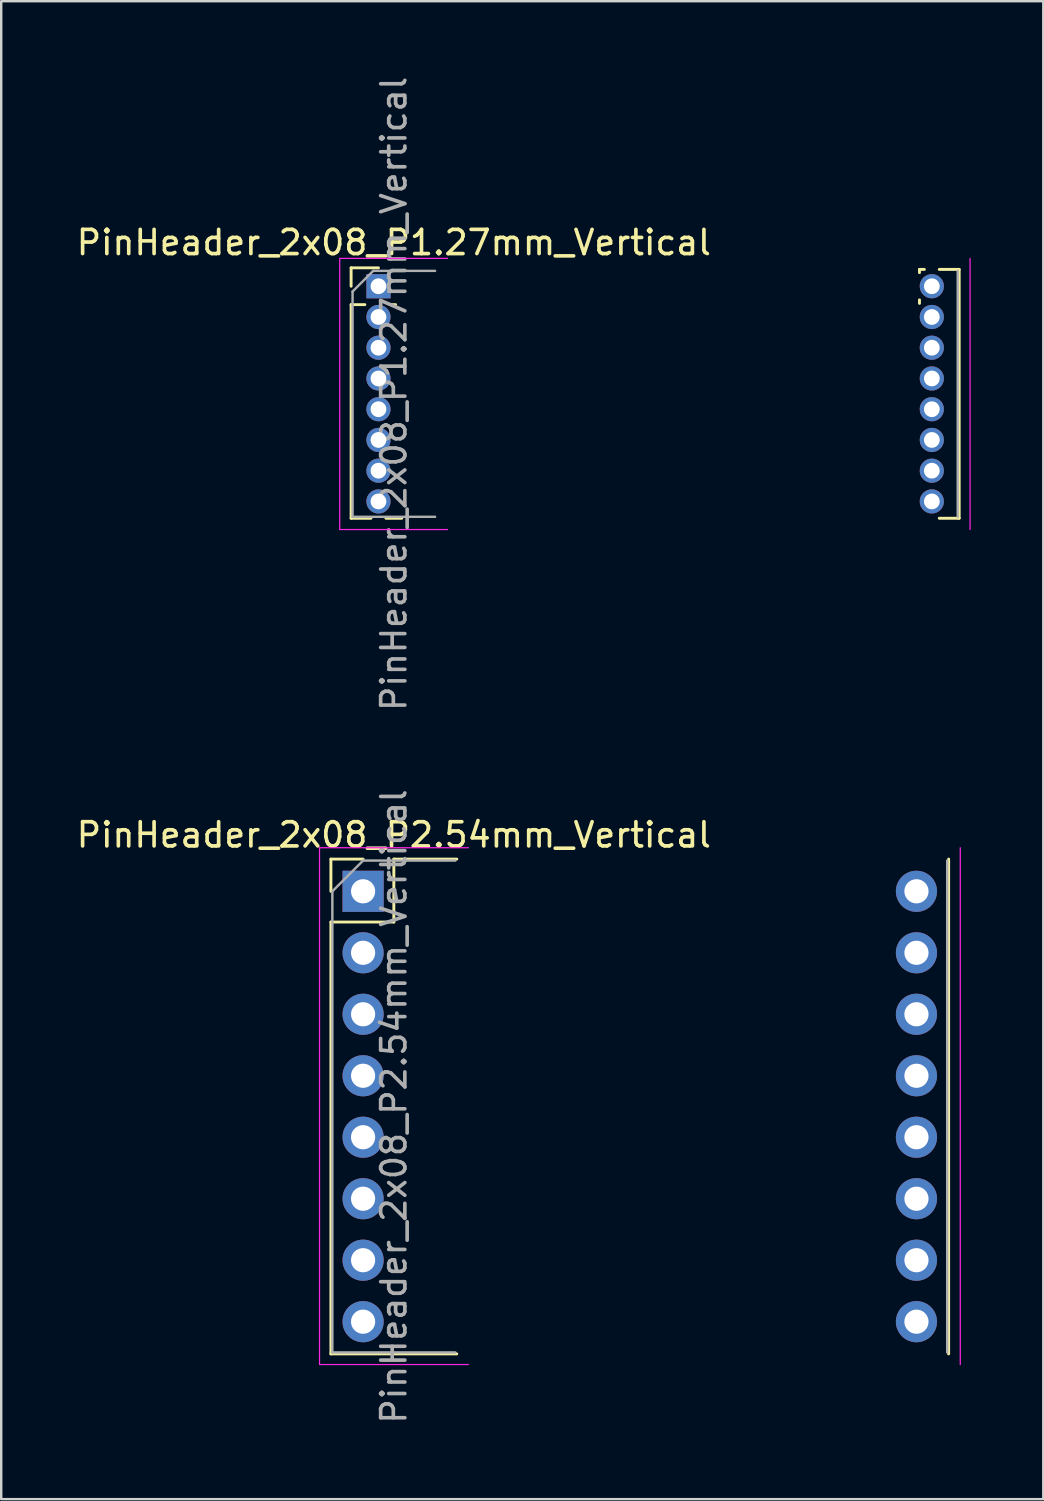
<source format=kicad_pcb>
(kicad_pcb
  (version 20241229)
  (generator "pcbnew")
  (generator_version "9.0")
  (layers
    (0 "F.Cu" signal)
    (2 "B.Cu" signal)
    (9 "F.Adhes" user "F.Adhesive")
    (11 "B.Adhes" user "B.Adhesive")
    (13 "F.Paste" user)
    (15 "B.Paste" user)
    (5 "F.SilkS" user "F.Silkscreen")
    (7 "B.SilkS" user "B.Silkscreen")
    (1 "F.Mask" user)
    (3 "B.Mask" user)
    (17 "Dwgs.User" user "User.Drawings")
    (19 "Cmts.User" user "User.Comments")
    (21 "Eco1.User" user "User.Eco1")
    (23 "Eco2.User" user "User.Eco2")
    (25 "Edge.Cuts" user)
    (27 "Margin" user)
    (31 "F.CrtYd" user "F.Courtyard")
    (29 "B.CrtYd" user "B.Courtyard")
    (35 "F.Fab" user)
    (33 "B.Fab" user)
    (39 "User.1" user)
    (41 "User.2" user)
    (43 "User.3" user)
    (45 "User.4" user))
  (footprint "PinHeader_2x08_P2.54mm_Vertical"
    (layer "F.Cu")
    (at 11.95 33.771)
    (property "Reference" "PinHeader_2x08_P2.54mm_Vertical" (at 1.27 -2.33 0) (layer "F.SilkS") (effects (font (size 1 1) (thickness 0.15))))
    (attr through_hole)
    (fp_line (start -1.33 -1.33) (end 0 -1.33) (stroke (width 0.12) (type solid)) (layer "F.SilkS"))
    (fp_line (start -1.33 0) (end -1.33 -1.33) (stroke (width 0.12) (type solid)) (layer "F.SilkS"))
    (fp_line (start -1.33 1.27) (end -1.33 19.11) (stroke (width 0.12) (type solid)) (layer "F.SilkS"))
    (fp_line (start -1.33 1.27) (end 1.27 1.27) (stroke (width 0.12) (type solid)) (layer "F.SilkS"))
    (fp_line (start -1.33 19.11) (end 3.87 19.11) (stroke (width 0.12) (type solid)) (layer "F.SilkS"))
    (fp_line (start 1.27 -1.33) (end 3.87 -1.33) (stroke (width 0.12) (type solid)) (layer "F.SilkS"))
    (fp_line (start 1.27 1.27) (end 1.27 -1.33) (stroke (width 0.12) (type solid)) (layer "F.SilkS"))
    (fp_line (start 24.19 -1.33) (end 24.19 19.11) (stroke (width 0.12) (type solid)) (layer "F.SilkS"))
    (fp_line (start -1.8 -1.8) (end -1.8 19.55) (stroke (width 0.05) (type solid)) (layer "F.CrtYd"))
    (fp_line (start -1.8 19.55) (end 4.35 19.55) (stroke (width 0.05) (type solid)) (layer "F.CrtYd"))
    (fp_line (start 4.35 -1.8) (end -1.8 -1.8) (stroke (width 0.05) (type solid)) (layer "F.CrtYd"))
    (fp_line (start 24.67 19.55) (end 24.67 -1.8) (stroke (width 0.05) (type solid)) (layer "F.CrtYd"))
    (fp_line (start -1.27 0) (end 0 -1.27) (stroke (width 0.1) (type solid)) (layer "F.Fab"))
    (fp_line (start -1.27 19.05) (end -1.27 0) (stroke (width 0.1) (type solid)) (layer "F.Fab"))
    (fp_line (start 0 -1.27) (end 3.81 -1.27) (stroke (width 0.1) (type solid)) (layer "F.Fab"))
    (fp_line (start 3.81 19.05) (end -1.27 19.05) (stroke (width 0.1) (type solid)) (layer "F.Fab"))
    (fp_line (start 24.13 -1.27) (end 24.13 19.05) (stroke (width 0.1) (type solid)) (layer "F.Fab"))
    (fp_text user "${REFERENCE}" (at 1.27 8.89 90) (layer "F.Fab") (effects (font (size 1 1) (thickness 0.15))))
    (pad "1" thru_hole rect (at 0 0) (size 1.7 1.7) (drill 1) (layers "*.Cu" "*.Mask"))
    (pad "2" thru_hole oval (at 22.86 0) (size 1.7 1.7) (drill 1) (layers "*.Cu" "*.Mask"))
    (pad "3" thru_hole oval (at 0 2.54) (size 1.7 1.7) (drill 1) (layers "*.Cu" "*.Mask"))
    (pad "4" thru_hole oval (at 22.86 2.54) (size 1.7 1.7) (drill 1) (layers "*.Cu" "*.Mask"))
    (pad "5" thru_hole oval (at 0 5.08) (size 1.7 1.7) (drill 1) (layers "*.Cu" "*.Mask"))
    (pad "6" thru_hole oval (at 22.86 5.08) (size 1.7 1.7) (drill 1) (layers "*.Cu" "*.Mask"))
    (pad "7" thru_hole oval (at 0 7.62) (size 1.7 1.7) (drill 1) (layers "*.Cu" "*.Mask"))
    (pad "8" thru_hole oval (at 22.86 7.62) (size 1.7 1.7) (drill 1) (layers "*.Cu" "*.Mask"))
    (pad "9" thru_hole oval (at 0 10.16) (size 1.7 1.7) (drill 1) (layers "*.Cu" "*.Mask"))
    (pad "10" thru_hole oval (at 22.86 10.16) (size 1.7 1.7) (drill 1) (layers "*.Cu" "*.Mask"))
    (pad "11" thru_hole oval (at 0 12.7) (size 1.7 1.7) (drill 1) (layers "*.Cu" "*.Mask"))
    (pad "12" thru_hole oval (at 22.86 12.7) (size 1.7 1.7) (drill 1) (layers "*.Cu" "*.Mask"))
    (pad "13" thru_hole oval (at 0 15.24) (size 1.7 1.7) (drill 1) (layers "*.Cu" "*.Mask"))
    (pad "14" thru_hole oval (at 22.86 15.24) (size 1.7 1.7) (drill 1) (layers "*.Cu" "*.Mask"))
    (pad "15" thru_hole oval (at 0 17.78) (size 1.7 1.7) (drill 1) (layers "*.Cu" "*.Mask"))
    (pad "16" thru_hole oval (at 22.86 17.78) (size 1.7 1.7) (drill 1) (layers "*.Cu" "*.Mask")))
  (footprint "PinHeader_2x08_P1.27mm_Vertical"
    (layer "F.Cu")
    (at 12.585 8.665)
    (property "Reference" "PinHeader_2x08_P1.27mm_Vertical" (at 0.635 -1.695 0) (layer "F.SilkS") (effects (font (size 1 1) (thickness 0.15))))
    (attr through_hole)
    (fp_line (start -1.13 -0.65) (end 0 -0.65) (stroke (width 0.12) (type solid)) (layer "F.SilkS"))
    (fp_line (start -1.13 0.11) (end -1.13 -0.65) (stroke (width 0.12) (type solid)) (layer "F.SilkS"))
    (fp_line (start -1.13 0.87) (end -1.13 9.695) (stroke (width 0.12) (type solid)) (layer "F.SilkS"))
    (fp_line (start -1.13 0.87) (end -0.563 0.87) (stroke (width 0.12) (type solid)) (layer "F.SilkS"))
    (fp_line (start -1.13 9.695) (end -0.308 9.695) (stroke (width 0.12) (type solid)) (layer "F.SilkS"))
    (fp_line (start 0.308 9.695) (end 0.962 9.695) (stroke (width 0.12) (type solid)) (layer "F.SilkS"))
    (fp_line (start 0.563 0.87) (end 0.707 0.87) (stroke (width 0.12) (type solid)) (layer "F.SilkS"))
    (fp_line (start 22.35 -0.585) (end 22.552 -0.585) (stroke (width 0.12) (type solid)) (layer "F.SilkS"))
    (fp_line (start 22.35 -0.453) (end 22.35 -0.585) (stroke (width 0.12) (type solid)) (layer "F.SilkS"))
    (fp_line (start 22.35 0.817) (end 22.35 0.673) (stroke (width 0.12) (type solid)) (layer "F.SilkS"))
    (fp_line (start 23.168 -0.585) (end 23.99 -0.585) (stroke (width 0.12) (type solid)) (layer "F.SilkS"))
    (fp_line (start 23.168 9.695) (end 23.99 9.695) (stroke (width 0.12) (type solid)) (layer "F.SilkS"))
    (fp_line (start 23.99 -0.585) (end 23.99 9.695) (stroke (width 0.12) (type solid)) (layer "F.SilkS"))
    (fp_line (start -1.6 -1.04) (end -1.6 10.16) (stroke (width 0.05) (type solid)) (layer "F.CrtYd"))
    (fp_line (start -1.6 10.16) (end 2.85 10.16) (stroke (width 0.05) (type solid)) (layer "F.CrtYd"))
    (fp_line (start 2.85 -1.04) (end -1.6 -1.04) (stroke (width 0.05) (type solid)) (layer "F.CrtYd"))
    (fp_line (start 24.44 10.16) (end 24.44 -1.04) (stroke (width 0.05) (type solid)) (layer "F.CrtYd"))
    (fp_line (start -1.07 0.328) (end -0.217 -0.525) (stroke (width 0.1) (type solid)) (layer "F.Fab"))
    (fp_line (start -1.07 9.635) (end -1.07 0.328) (stroke (width 0.1) (type solid)) (layer "F.Fab"))
    (fp_line (start -0.217 -0.525) (end 2.34 -0.525) (stroke (width 0.1) (type solid)) (layer "F.Fab"))
    (fp_line (start 2.34 9.635) (end -1.07 9.635) (stroke (width 0.1) (type solid)) (layer "F.Fab"))
    (fp_line (start 23.93 -0.525) (end 23.93 9.635) (stroke (width 0.1) (type solid)) (layer "F.Fab"))
    (fp_text user "${REFERENCE}" (at 0.635 4.555 90) (layer "F.Fab") (effects (font (size 1 1) (thickness 0.15))))
    (pad "1" thru_hole rect (at 0 0.11) (size 1 1) (drill 0.65) (layers "*.Cu" "*.Mask"))
    (pad "2" thru_hole oval (at 22.86 0.11) (size 1 1) (drill 0.65) (layers "*.Cu" "*.Mask"))
    (pad "3" thru_hole oval (at 0 1.38) (size 1 1) (drill 0.65) (layers "*.Cu" "*.Mask"))
    (pad "4" thru_hole oval (at 22.86 1.38) (size 1 1) (drill 0.65) (layers "*.Cu" "*.Mask"))
    (pad "5" thru_hole oval (at 0 2.65) (size 1 1) (drill 0.65) (layers "*.Cu" "*.Mask"))
    (pad "6" thru_hole oval (at 22.86 2.65) (size 1 1) (drill 0.65) (layers "*.Cu" "*.Mask"))
    (pad "7" thru_hole oval (at 0 3.92) (size 1 1) (drill 0.65) (layers "*.Cu" "*.Mask"))
    (pad "8" thru_hole oval (at 22.86 3.92) (size 1 1) (drill 0.65) (layers "*.Cu" "*.Mask"))
    (pad "9" thru_hole oval (at 0 5.19) (size 1 1) (drill 0.65) (layers "*.Cu" "*.Mask"))
    (pad "10" thru_hole oval (at 22.86 5.19) (size 1 1) (drill 0.65) (layers "*.Cu" "*.Mask"))
    (pad "11" thru_hole oval (at 0 6.46) (size 1 1) (drill 0.65) (layers "*.Cu" "*.Mask"))
    (pad "12" thru_hole oval (at 22.86 6.46) (size 1 1) (drill 0.65) (layers "*.Cu" "*.Mask"))
    (pad "13" thru_hole oval (at 0 7.73) (size 1 1) (drill 0.65) (layers "*.Cu" "*.Mask"))
    (pad "14" thru_hole oval (at 22.86 7.73) (size 1 1) (drill 0.65) (layers "*.Cu" "*.Mask"))
    (pad "15" thru_hole oval (at 0 9) (size 1 1) (drill 0.65) (layers "*.Cu" "*.Mask"))
    (pad "16" thru_hole oval (at 22.86 9) (size 1 1) (drill 0.65) (layers "*.Cu" "*.Mask")))
  (gr_rect
    (start -3 -3)
    (end 40.05 58.881)
    (stroke (width 0.1) (type default))
    (fill no)
    (layer "Edge.Cuts")))
</source>
